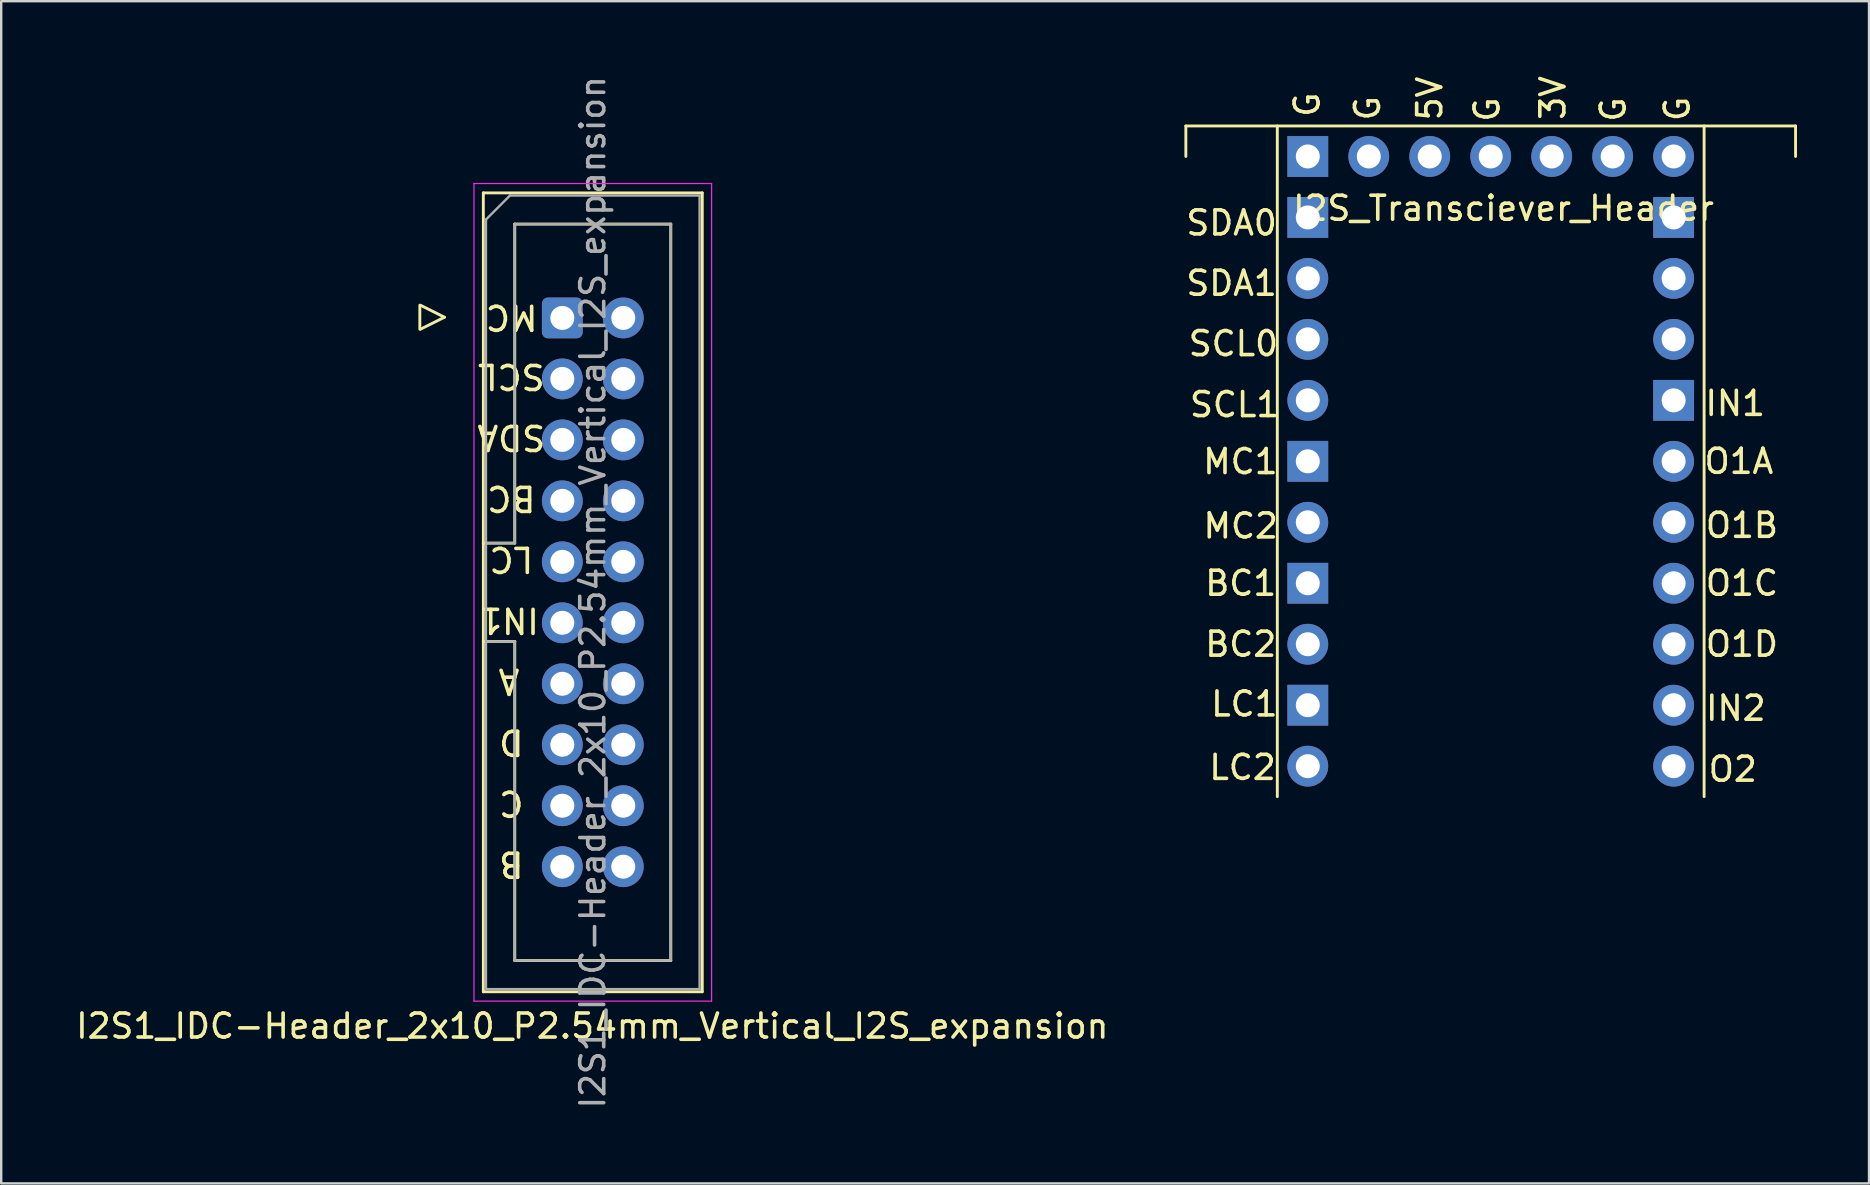
<source format=kicad_pcb>
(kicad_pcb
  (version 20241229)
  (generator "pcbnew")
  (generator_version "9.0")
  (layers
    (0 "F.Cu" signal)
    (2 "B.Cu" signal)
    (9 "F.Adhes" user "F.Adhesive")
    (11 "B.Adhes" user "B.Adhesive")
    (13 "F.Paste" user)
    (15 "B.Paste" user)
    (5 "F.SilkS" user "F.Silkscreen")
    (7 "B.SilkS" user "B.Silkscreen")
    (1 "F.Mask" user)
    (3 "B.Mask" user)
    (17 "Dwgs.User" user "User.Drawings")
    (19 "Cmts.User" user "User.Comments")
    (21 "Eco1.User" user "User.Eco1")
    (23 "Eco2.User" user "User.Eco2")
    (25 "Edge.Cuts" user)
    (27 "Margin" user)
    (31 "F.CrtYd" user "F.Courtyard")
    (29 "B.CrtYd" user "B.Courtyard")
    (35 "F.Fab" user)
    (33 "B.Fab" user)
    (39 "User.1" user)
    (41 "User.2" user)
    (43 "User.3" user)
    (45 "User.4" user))
  (footprint "I2S1_IDC-Header_2x10_P2.54mm_Vertical_I2S_expansion"
    (layer "F.Cu")
    (at 20.375 10.195)
    (property "Reference" "I2S1_IDC-Header_2x10_P2.54mm_Vertical_I2S_expansion" (at 1.25 29.5 0) (layer "F.SilkS") (effects (font (size 1 1) (thickness 0.15))))
    (attr through_hole exclude_from_bom)
    (fp_line (start -5.935 -0.53) (end -5.935 0.47) (stroke (width 0.12) (type solid)) (layer "F.SilkS"))
    (fp_line (start -5.91 0.47) (end -4.91 -0.03) (stroke (width 0.12) (type solid)) (layer "F.SilkS"))
    (fp_line (start -4.91 -0.03) (end -5.91 -0.53) (stroke (width 0.12) (type solid)) (layer "F.SilkS"))
    (fp_line (start -3.29 -5.21) (end 5.83 -5.21) (stroke (width 0.12) (type solid)) (layer "F.SilkS"))
    (fp_line (start -3.29 9.38) (end -1.98 9.38) (stroke (width 0.12) (type solid)) (layer "F.SilkS"))
    (fp_line (start -3.29 28.07) (end -3.29 -5.21) (stroke (width 0.12) (type solid)) (layer "F.SilkS"))
    (fp_line (start -1.98 -3.91) (end 4.52 -3.91) (stroke (width 0.12) (type solid)) (layer "F.SilkS"))
    (fp_line (start -1.98 9.38) (end -1.98 -3.91) (stroke (width 0.12) (type solid)) (layer "F.SilkS"))
    (fp_line (start -1.98 13.48) (end -3.29 13.48) (stroke (width 0.12) (type solid)) (layer "F.SilkS"))
    (fp_line (start -1.98 13.48) (end -1.98 13.48) (stroke (width 0.12) (type solid)) (layer "F.SilkS"))
    (fp_line (start -1.98 26.77) (end -1.98 13.48) (stroke (width 0.12) (type solid)) (layer "F.SilkS"))
    (fp_line (start 4.52 -3.91) (end 4.52 26.77) (stroke (width 0.12) (type solid)) (layer "F.SilkS"))
    (fp_line (start 4.52 26.77) (end -1.98 26.77) (stroke (width 0.12) (type solid)) (layer "F.SilkS"))
    (fp_line (start 5.83 -5.21) (end 5.83 28.07) (stroke (width 0.12) (type solid)) (layer "F.SilkS"))
    (fp_line (start 5.83 28.07) (end -3.29 28.07) (stroke (width 0.12) (type solid)) (layer "F.SilkS"))
    (fp_line (start -3.68 -5.6) (end -3.68 28.46) (stroke (width 0.05) (type solid)) (layer "F.CrtYd"))
    (fp_line (start -3.68 28.46) (end 6.22 28.46) (stroke (width 0.05) (type solid)) (layer "F.CrtYd"))
    (fp_line (start 6.22 -5.6) (end -3.68 -5.6) (stroke (width 0.05) (type solid)) (layer "F.CrtYd"))
    (fp_line (start 6.22 28.46) (end 6.22 -5.6) (stroke (width 0.05) (type solid)) (layer "F.CrtYd"))
    (fp_line (start -3.18 -4.1) (end -2.18 -5.1) (stroke (width 0.1) (type solid)) (layer "F.Fab"))
    (fp_line (start -3.18 9.38) (end -1.98 9.38) (stroke (width 0.1) (type solid)) (layer "F.Fab"))
    (fp_line (start -3.18 27.96) (end -3.18 -4.1) (stroke (width 0.1) (type solid)) (layer "F.Fab"))
    (fp_line (start -2.18 -5.1) (end 5.72 -5.1) (stroke (width 0.1) (type solid)) (layer "F.Fab"))
    (fp_line (start -1.98 -3.91) (end 4.52 -3.91) (stroke (width 0.1) (type solid)) (layer "F.Fab"))
    (fp_line (start -1.98 9.38) (end -1.98 -3.91) (stroke (width 0.1) (type solid)) (layer "F.Fab"))
    (fp_line (start -1.98 13.48) (end -3.18 13.48) (stroke (width 0.1) (type solid)) (layer "F.Fab"))
    (fp_line (start -1.98 13.48) (end -1.98 13.48) (stroke (width 0.1) (type solid)) (layer "F.Fab"))
    (fp_line (start -1.98 26.77) (end -1.98 13.48) (stroke (width 0.1) (type solid)) (layer "F.Fab"))
    (fp_line (start 4.52 -3.91) (end 4.52 26.77) (stroke (width 0.1) (type solid)) (layer "F.Fab"))
    (fp_line (start 4.52 26.77) (end -1.98 26.77) (stroke (width 0.1) (type solid)) (layer "F.Fab"))
    (fp_line (start 5.72 -5.1) (end 5.72 27.96) (stroke (width 0.1) (type solid)) (layer "F.Fab"))
    (fp_line (start 5.72 27.96) (end -3.18 27.96) (stroke (width 0.1) (type solid)) (layer "F.Fab"))
    (fp_text user "D" (at -2.125 17.675 180) (unlocked yes) (layer "F.SilkS") (effects (font (size 1 1) (thickness 0.15))))
    (fp_text user "LC" (at -2.125 10.055 180) (unlocked yes) (layer "F.SilkS") (effects (font (size 1 1) (thickness 0.15))))
    (fp_text user "BC" (at -2.125 7.515 180) (unlocked yes) (layer "F.SilkS") (effects (font (size 1 1) (thickness 0.15))))
    (fp_text user "IN1" (at -2.22 12.595 180) (unlocked yes) (layer "F.SilkS") (effects (font (size 1 1) (thickness 0.15))))
    (fp_text user "A" (at -2.22 15.135 180) (unlocked yes) (layer "F.SilkS") (effects (font (size 1 1) (thickness 0.15))))
    (fp_text user "MC" (at -2.11 -0.03 180) (unlocked yes) (layer "F.SilkS") (effects (font (size 1 1) (thickness 0.15))))
    (fp_text user "SDA" (at -2.125 4.975 180) (unlocked yes) (layer "F.SilkS") (effects (font (size 1 1) (thickness 0.15))))
    (fp_text user "B" (at -2.125 22.755 180) (unlocked yes) (layer "F.SilkS") (effects (font (size 1 1) (thickness 0.15))))
    (fp_text user "C" (at -2.125 20.215 180) (unlocked yes) (layer "F.SilkS") (effects (font (size 1 1) (thickness 0.15))))
    (fp_text user "SCL" (at -2.125 2.435 180) (unlocked yes) (layer "F.SilkS") (effects (font (size 1 1) (thickness 0.15))))
    (fp_text user "${REFERENCE}" (at 1.27 11.43 270) (layer "F.Fab") (effects (font (size 1 1) (thickness 0.15))))
    (pad "1" thru_hole roundrect (at 0 0) (size 1.7 1.7) (drill 1) (layers "*.Cu" "*.Mask") (roundrect_rratio 0.147))
    (pad "2" thru_hole circle (at 2.54 0) (size 1.7 1.7) (drill 1) (layers "*.Cu" "*.Mask"))
    (pad "3" thru_hole circle (at 0 2.54) (size 1.7 1.7) (drill 1) (layers "*.Cu" "*.Mask"))
    (pad "4" thru_hole circle (at 2.54 2.54) (size 1.7 1.7) (drill 1) (layers "*.Cu" "*.Mask"))
    (pad "5" thru_hole circle (at 0 5.08) (size 1.7 1.7) (drill 1) (layers "*.Cu" "*.Mask"))
    (pad "6" thru_hole circle (at 2.54 5.08) (size 1.7 1.7) (drill 1) (layers "*.Cu" "*.Mask"))
    (pad "7" thru_hole circle (at 0 7.62) (size 1.7 1.7) (drill 1) (layers "*.Cu" "*.Mask"))
    (pad "8" thru_hole circle (at 2.54 7.62) (size 1.7 1.7) (drill 1) (layers "*.Cu" "*.Mask"))
    (pad "9" thru_hole circle (at 0 10.16) (size 1.7 1.7) (drill 1) (layers "*.Cu" "*.Mask"))
    (pad "10" thru_hole circle (at 2.54 10.16) (size 1.7 1.7) (drill 1) (layers "*.Cu" "*.Mask"))
    (pad "11" thru_hole circle (at 0 12.7) (size 1.7 1.7) (drill 1) (layers "*.Cu" "*.Mask"))
    (pad "12" thru_hole circle (at 2.54 12.7) (size 1.7 1.7) (drill 1) (layers "*.Cu" "*.Mask"))
    (pad "13" thru_hole circle (at 0 15.24) (size 1.7 1.7) (drill 1) (layers "*.Cu" "*.Mask"))
    (pad "14" thru_hole circle (at 2.54 15.24) (size 1.7 1.7) (drill 1) (layers "*.Cu" "*.Mask"))
    (pad "15" thru_hole circle (at 0 17.78) (size 1.7 1.7) (drill 1) (layers "*.Cu" "*.Mask"))
    (pad "16" thru_hole circle (at 2.54 17.78) (size 1.7 1.7) (drill 1) (layers "*.Cu" "*.Mask"))
    (pad "17" thru_hole circle (at 0 20.32) (size 1.7 1.7) (drill 1) (layers "*.Cu" "*.Mask"))
    (pad "18" thru_hole circle (at 2.54 20.32) (size 1.7 1.7) (drill 1) (layers "*.Cu" "*.Mask"))
    (pad "19" thru_hole circle (at 0 22.86) (size 1.7 1.7) (drill 1) (layers "*.Cu" "*.Mask"))
    (pad "20" thru_hole circle (at 2.54 22.86) (size 1.7 1.7) (drill 1) (layers "*.Cu" "*.Mask")))
  (footprint "I2S_Transciever_Header"
    (layer "F.Cu")
    (at 59.051 16.168)
    (property "Reference" "I2S_Transciever_Header" (at 0.533 -10.541 0) (layer "F.SilkS") (effects (font (size 1 1) (thickness 0.15))))
    (attr through_hole)
    (fp_line (start -12.7 -13.97) (end -12.7 -12.7) (stroke (width 0.12) (type solid)) (layer "F.SilkS"))
    (fp_line (start -12.7 -13.97) (end 12.7 -13.97) (stroke (width 0.12) (type solid)) (layer "F.SilkS"))
    (fp_line (start -8.89 -13.97) (end -8.89 13.97) (stroke (width 0.12) (type solid)) (layer "F.SilkS"))
    (fp_line (start 8.89 -13.97) (end 8.89 13.97) (stroke (width 0.12) (type solid)) (layer "F.SilkS"))
    (fp_line (start 12.7 -13.97) (end 12.7 -12.7) (stroke (width 0.12) (type solid)) (layer "F.SilkS"))
    (fp_text user "G" (at 5.105 -14.656 90) (layer "F.SilkS") (effects (font (size 1 1) (thickness 0.15))))
    (fp_text user "O1B" (at 10.465 2.667 0) (layer "F.SilkS") (effects (font (size 1 1) (thickness 0.15))))
    (fp_text user "SDA1" (at -10.795 -7.417 0) (layer "F.SilkS") (effects (font (size 1 1) (thickness 0.15))))
    (fp_text user "SCL1" (at -10.668 -2.362 0) (layer "F.SilkS") (effects (font (size 1 1) (thickness 0.15))))
    (fp_text user "O1C" (at 10.465 5.08 0) (layer "F.SilkS") (effects (font (size 1 1) (thickness 0.15))))
    (fp_text user "G" (at -7.645 -14.859 90) (layer "F.SilkS") (effects (font (size 1 1) (thickness 0.15))))
    (fp_text user "O2" (at 10.084 12.827 0) (layer "F.SilkS") (effects (font (size 1 1) (thickness 0.15))))
    (fp_text user "O1A" (at 10.338 0 0) (layer "F.SilkS") (effects (font (size 1 1) (thickness 0.15))))
    (fp_text user "IN1" (at 10.185 -2.413 0) (layer "F.SilkS") (effects (font (size 1 1) (thickness 0.15))))
    (fp_text user "MC2" (at -10.414 2.692 0) (layer "F.SilkS") (effects (font (size 1 1) (thickness 0.15))))
    (fp_text user "BC1" (at -10.414 5.08 0) (layer "F.SilkS") (effects (font (size 1 1) (thickness 0.15))))
    (fp_text user "3V" (at 2.591 -15.138 270) (layer "F.SilkS") (effects (font (size 1 1) (thickness 0.15))))
    (fp_text user "SDA0" (at -10.795 -9.931 0) (layer "F.SilkS") (effects (font (size 1 1) (thickness 0.15))))
    (fp_text user "G" (at -0.152 -14.656 90) (layer "F.SilkS") (effects (font (size 1 1) (thickness 0.15))))
    (fp_text user "IN2" (at 10.211 10.287 0) (layer "F.SilkS") (effects (font (size 1 1) (thickness 0.15))))
    (fp_text user "SCL0" (at -10.719 -4.902 0) (layer "F.SilkS") (effects (font (size 1 1) (thickness 0.15))))
    (fp_text user "BC2" (at -10.414 7.62 0) (layer "F.SilkS") (effects (font (size 1 1) (thickness 0.15))))
    (fp_text user "5V" (at -2.54 -15.113 90) (layer "F.SilkS") (effects (font (size 1 1) (thickness 0.15))))
    (fp_text user "MC1" (at -10.427 0.013 0) (layer "F.SilkS") (effects (font (size 1 1) (thickness 0.15))))
    (fp_text user "O1D" (at 10.465 7.62 0) (layer "F.SilkS") (effects (font (size 1 1) (thickness 0.15))))
    (fp_text user "LC2" (at -10.338 12.751 0) (layer "F.SilkS") (effects (font (size 1 1) (thickness 0.15))))
    (fp_text user "G" (at 7.772 -14.681 90) (layer "F.SilkS") (effects (font (size 1 1) (thickness 0.15))))
    (fp_text user "LC1" (at -10.262 10.109 0) (layer "F.SilkS") (effects (font (size 1 1) (thickness 0.15))))
    (fp_text user "G" (at -5.131 -14.707 90) (layer "F.SilkS") (effects (font (size 1 1) (thickness 0.15))))
    (pad "1" thru_hole oval (at -7.62 12.7) (size 1.7 1.7) (drill 1) (layers "*.Cu" "*.Mask"))
    (pad "2" thru_hole custom (at -7.62 10.16) (size 1.7 1.7) (drill 1) (layers "*.Cu" "*.Mask") (options (anchor rect)) (primitives))
    (pad "3" thru_hole oval (at -7.62 7.62) (size 1.7 1.7) (drill 1) (layers "*.Cu" "*.Mask"))
    (pad "4" thru_hole custom (at -7.62 5.08) (size 1.7 1.7) (drill 1) (layers "*.Cu" "*.Mask") (options (anchor rect)) (primitives))
    (pad "5" thru_hole oval (at -7.62 2.54) (size 1.7 1.7) (drill 1) (layers "*.Cu" "*.Mask"))
    (pad "6" thru_hole custom (at -7.62 0) (size 1.7 1.7) (drill 1) (layers "*.Cu" "*.Mask") (options (anchor rect)) (primitives))
    (pad "7" thru_hole oval (at -7.62 -2.54) (size 1.7 1.7) (drill 1) (layers "*.Cu" "*.Mask"))
    (pad "8" thru_hole oval (at -7.62 -5.08) (size 1.7 1.7) (drill 1) (layers "*.Cu" "*.Mask"))
    (pad "9" thru_hole oval (at -7.62 -7.62) (size 1.7 1.7) (drill 1) (layers "*.Cu" "*.Mask"))
    (pad "10" thru_hole custom (at -7.62 -10.16) (size 1.7 1.7) (drill 1) (layers "*.Cu" "*.Mask") (options (anchor rect)) (primitives))
    (pad "11" thru_hole rect (at -7.62 -12.7) (size 1.7 1.7) (drill 1) (layers "*.Cu" "*.Mask"))
    (pad "12" thru_hole circle (at -5.08 -12.7 90) (size 1.7 1.7) (drill 1) (layers "*.Cu" "*.Mask"))
    (pad "13" thru_hole oval (at -2.54 -12.7 90) (size 1.7 1.7) (drill 1) (layers "*.Cu" "*.Mask"))
    (pad "14" thru_hole circle (at 0 -12.7 90) (size 1.7 1.7) (drill 1) (layers "*.Cu" "*.Mask"))
    (pad "15" thru_hole oval (at 2.54 -12.7 90) (size 1.7 1.7) (drill 1) (layers "*.Cu" "*.Mask"))
    (pad "16" thru_hole oval (at 5.08 -12.7 90) (size 1.7 1.7) (drill 1) (layers "*.Cu" "*.Mask"))
    (pad "17" thru_hole circle (at 7.62 -12.7) (size 1.7 1.7) (drill 1) (layers "*.Cu" "*.Mask"))
    (pad "18" thru_hole custom (at 7.62 -10.16) (size 1.7 1.7) (drill 1) (layers "*.Cu" "*.Mask") (options (anchor rect)) (primitives))
    (pad "19" thru_hole oval (at 7.62 -7.62) (size 1.7 1.7) (drill 1) (layers "*.Cu" "*.Mask"))
    (pad "20" thru_hole oval (at 7.62 -5.08) (size 1.7 1.7) (drill 1) (layers "*.Cu" "*.Mask"))
    (pad "21" thru_hole custom (at 7.62 -2.54) (size 1.7 1.7) (drill 1) (layers "*.Cu" "*.Mask") (options (anchor rect)) (primitives))
    (pad "22" thru_hole oval (at 7.62 0) (size 1.7 1.7) (drill 1) (layers "*.Cu" "*.Mask"))
    (pad "23" thru_hole oval (at 7.62 2.54) (size 1.7 1.7) (drill 1) (layers "*.Cu" "*.Mask"))
    (pad "24" thru_hole oval (at 7.62 5.08) (size 1.7 1.7) (drill 1) (layers "*.Cu" "*.Mask"))
    (pad "25" thru_hole oval (at 7.62 7.62) (size 1.7 1.7) (drill 1) (layers "*.Cu" "*.Mask"))
    (pad "26" thru_hole oval (at 7.62 10.16) (size 1.7 1.7) (drill 1) (layers "*.Cu" "*.Mask"))
    (pad "27" thru_hole oval (at 7.62 12.7) (size 1.7 1.7) (drill 1) (layers "*.Cu" "*.Mask")))
  (gr_rect
    (start -3 -3)
    (end 74.811 46.25)
    (stroke (width 0.1) (type default))
    (fill no)
    (layer "Edge.Cuts")))
</source>
